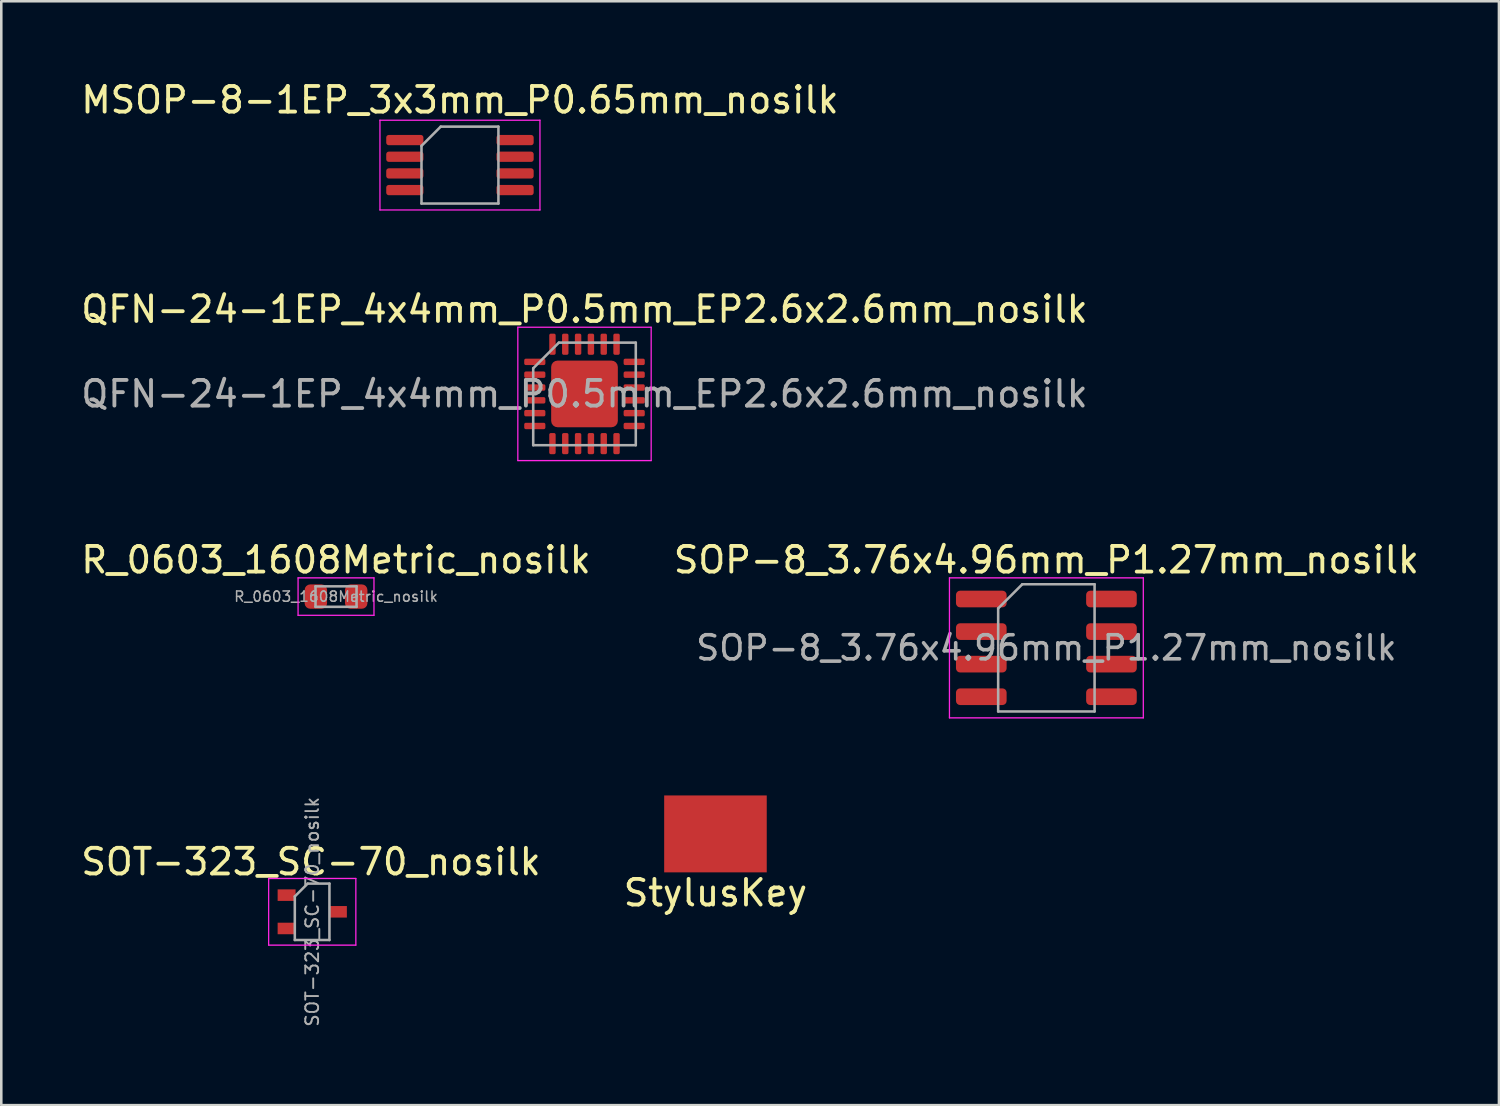
<source format=kicad_pcb>
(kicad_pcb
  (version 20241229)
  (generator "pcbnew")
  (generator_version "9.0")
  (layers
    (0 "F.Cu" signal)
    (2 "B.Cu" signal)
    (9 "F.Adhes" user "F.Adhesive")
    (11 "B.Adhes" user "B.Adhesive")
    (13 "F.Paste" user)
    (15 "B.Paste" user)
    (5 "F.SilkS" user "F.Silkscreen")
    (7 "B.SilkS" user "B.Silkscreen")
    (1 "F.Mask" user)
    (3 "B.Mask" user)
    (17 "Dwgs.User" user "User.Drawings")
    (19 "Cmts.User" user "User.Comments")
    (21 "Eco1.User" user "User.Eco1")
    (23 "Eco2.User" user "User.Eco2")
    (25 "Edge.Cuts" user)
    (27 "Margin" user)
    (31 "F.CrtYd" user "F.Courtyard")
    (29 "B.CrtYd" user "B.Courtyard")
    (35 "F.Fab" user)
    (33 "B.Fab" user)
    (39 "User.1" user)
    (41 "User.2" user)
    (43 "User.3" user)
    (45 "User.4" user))
  (footprint "QFN-24-1EP_4x4mm_P0.5mm_EP2.6x2.6mm_nosilk"
    (layer "F.Cu")
    (at 19.744 12.312)
    (property "Reference" "QFN-24-1EP_4x4mm_P0.5mm_EP2.6x2.6mm_nosilk" (at 0 -3.3 0) (layer "F.SilkS") (effects (font (size 1 1) (thickness 0.15))))
    (attr smd)
    (fp_line (start -2.6 -2.6) (end -2.6 2.6) (stroke (width 0.05) (type solid)) (layer "F.CrtYd"))
    (fp_line (start -2.6 2.6) (end 2.6 2.6) (stroke (width 0.05) (type solid)) (layer "F.CrtYd"))
    (fp_line (start 2.6 -2.6) (end -2.6 -2.6) (stroke (width 0.05) (type solid)) (layer "F.CrtYd"))
    (fp_line (start 2.6 2.6) (end 2.6 -2.6) (stroke (width 0.05) (type solid)) (layer "F.CrtYd"))
    (fp_line (start -2 -1) (end -1 -2) (stroke (width 0.1) (type solid)) (layer "F.Fab"))
    (fp_line (start -2 2) (end -2 -1) (stroke (width 0.1) (type solid)) (layer "F.Fab"))
    (fp_line (start -1 -2) (end 2 -2) (stroke (width 0.1) (type solid)) (layer "F.Fab"))
    (fp_line (start 2 -2) (end 2 2) (stroke (width 0.1) (type solid)) (layer "F.Fab"))
    (fp_line (start 2 2) (end -2 2) (stroke (width 0.1) (type solid)) (layer "F.Fab"))
    (fp_text user "${REFERENCE}" (at 0 0 0) (layer "F.Fab") (effects (font (size 1 1) (thickness 0.15))))
    (pad "" smd roundrect (at -0.65 -0.65) (size 1.05 1.05) (layers "F.Paste") (roundrect_rratio 0.238))
    (pad "" smd roundrect (at -0.65 0.65) (size 1.05 1.05) (layers "F.Paste") (roundrect_rratio 0.238))
    (pad "" smd roundrect (at 0.65 -0.65) (size 1.05 1.05) (layers "F.Paste") (roundrect_rratio 0.238))
    (pad "" smd roundrect (at 0.65 0.65) (size 1.05 1.05) (layers "F.Paste") (roundrect_rratio 0.238))
    (pad "1" smd roundrect (at -1.938 -1.25) (size 0.825 0.25) (layers "F.Cu" "F.Mask" "F.Paste") (roundrect_rratio 0.25))
    (pad "2" smd roundrect (at -1.938 -0.75) (size 0.825 0.25) (layers "F.Cu" "F.Mask" "F.Paste") (roundrect_rratio 0.25))
    (pad "3" smd roundrect (at -1.938 -0.25) (size 0.825 0.25) (layers "F.Cu" "F.Mask" "F.Paste") (roundrect_rratio 0.25))
    (pad "4" smd roundrect (at -1.938 0.25) (size 0.825 0.25) (layers "F.Cu" "F.Mask" "F.Paste") (roundrect_rratio 0.25))
    (pad "5" smd roundrect (at -1.938 0.75) (size 0.825 0.25) (layers "F.Cu" "F.Mask" "F.Paste") (roundrect_rratio 0.25))
    (pad "6" smd roundrect (at -1.938 1.25) (size 0.825 0.25) (layers "F.Cu" "F.Mask" "F.Paste") (roundrect_rratio 0.25))
    (pad "7" smd roundrect (at -1.25 1.938) (size 0.25 0.825) (layers "F.Cu" "F.Mask" "F.Paste") (roundrect_rratio 0.25))
    (pad "8" smd roundrect (at -0.75 1.938) (size 0.25 0.825) (layers "F.Cu" "F.Mask" "F.Paste") (roundrect_rratio 0.25))
    (pad "9" smd roundrect (at -0.25 1.938) (size 0.25 0.825) (layers "F.Cu" "F.Mask" "F.Paste") (roundrect_rratio 0.25))
    (pad "10" smd roundrect (at 0.25 1.938) (size 0.25 0.825) (layers "F.Cu" "F.Mask" "F.Paste") (roundrect_rratio 0.25))
    (pad "11" smd roundrect (at 0.75 1.938) (size 0.25 0.825) (layers "F.Cu" "F.Mask" "F.Paste") (roundrect_rratio 0.25))
    (pad "12" smd roundrect (at 1.25 1.938) (size 0.25 0.825) (layers "F.Cu" "F.Mask" "F.Paste") (roundrect_rratio 0.25))
    (pad "13" smd roundrect (at 1.938 1.25) (size 0.825 0.25) (layers "F.Cu" "F.Mask" "F.Paste") (roundrect_rratio 0.25))
    (pad "14" smd roundrect (at 1.938 0.75) (size 0.825 0.25) (layers "F.Cu" "F.Mask" "F.Paste") (roundrect_rratio 0.25))
    (pad "15" smd roundrect (at 1.938 0.25) (size 0.825 0.25) (layers "F.Cu" "F.Mask" "F.Paste") (roundrect_rratio 0.25))
    (pad "16" smd roundrect (at 1.938 -0.25) (size 0.825 0.25) (layers "F.Cu" "F.Mask" "F.Paste") (roundrect_rratio 0.25))
    (pad "17" smd roundrect (at 1.938 -0.75) (size 0.825 0.25) (layers "F.Cu" "F.Mask" "F.Paste") (roundrect_rratio 0.25))
    (pad "18" smd roundrect (at 1.938 -1.25) (size 0.825 0.25) (layers "F.Cu" "F.Mask" "F.Paste") (roundrect_rratio 0.25))
    (pad "19" smd roundrect (at 1.25 -1.938) (size 0.25 0.825) (layers "F.Cu" "F.Mask" "F.Paste") (roundrect_rratio 0.25))
    (pad "20" smd roundrect (at 0.75 -1.938) (size 0.25 0.825) (layers "F.Cu" "F.Mask" "F.Paste") (roundrect_rratio 0.25))
    (pad "21" smd roundrect (at 0.25 -1.938) (size 0.25 0.825) (layers "F.Cu" "F.Mask" "F.Paste") (roundrect_rratio 0.25))
    (pad "22" smd roundrect (at -0.25 -1.938) (size 0.25 0.825) (layers "F.Cu" "F.Mask" "F.Paste") (roundrect_rratio 0.25))
    (pad "23" smd roundrect (at -0.75 -1.938) (size 0.25 0.825) (layers "F.Cu" "F.Mask" "F.Paste") (roundrect_rratio 0.25))
    (pad "24" smd roundrect (at -1.25 -1.938) (size 0.25 0.825) (layers "F.Cu" "F.Mask" "F.Paste") (roundrect_rratio 0.25))
    (pad "25" smd roundrect (at 0 0) (size 2.6 2.6) (layers "F.Cu" "F.Mask") (roundrect_rratio 0.096)))
  (footprint "SOT-323_SC-70_nosilk"
    (layer "F.Cu")
    (at 9.127 32.508)
    (property "Reference" "SOT-323_SC-70_nosilk" (at -0.05 -1.95 0) (layer "F.SilkS") (effects (font (size 1 1) (thickness 0.15))))
    (attr smd)
    (fp_line (start -1.7 -1.3) (end 1.7 -1.3) (stroke (width 0.05) (type solid)) (layer "F.CrtYd"))
    (fp_line (start -1.7 1.3) (end -1.7 -1.3) (stroke (width 0.05) (type solid)) (layer "F.CrtYd"))
    (fp_line (start 1.7 -1.3) (end 1.7 1.3) (stroke (width 0.05) (type solid)) (layer "F.CrtYd"))
    (fp_line (start 1.7 1.3) (end -1.7 1.3) (stroke (width 0.05) (type solid)) (layer "F.CrtYd"))
    (fp_line (start -0.68 -0.6) (end -0.68 1.1) (stroke (width 0.1) (type solid)) (layer "F.Fab"))
    (fp_line (start -0.18 -1.1) (end -0.68 -0.6) (stroke (width 0.1) (type solid)) (layer "F.Fab"))
    (fp_line (start 0.67 -1.1) (end -0.18 -1.1) (stroke (width 0.1) (type solid)) (layer "F.Fab"))
    (fp_line (start 0.67 -1.1) (end 0.67 1.1) (stroke (width 0.1) (type solid)) (layer "F.Fab"))
    (fp_line (start 0.67 1.1) (end -0.68 1.1) (stroke (width 0.1) (type solid)) (layer "F.Fab"))
    (fp_text user "${REFERENCE}" (at 0 0 90) (layer "F.Fab") (effects (font (size 0.5 0.5) (thickness 0.075))))
    (pad "1" smd rect (at -1 -0.65 270) (size 0.45 0.7) (layers "F.Cu" "F.Mask" "F.Paste"))
    (pad "2" smd rect (at -1 0.65 270) (size 0.45 0.7) (layers "F.Cu" "F.Mask" "F.Paste"))
    (pad "3" smd rect (at 1 0 270) (size 0.45 0.7) (layers "F.Cu" "F.Mask" "F.Paste")))
  (footprint "SOP-8_3.76x4.96mm_P1.27mm_nosilk"
    (layer "F.Cu")
    (at 37.756 22.215)
    (property "Reference" "SOP-8_3.76x4.96mm_P1.27mm_nosilk" (at 0 -3.43 0) (layer "F.SilkS") (effects (font (size 1 1) (thickness 0.15))))
    (attr smd)
    (fp_line (start -3.78 -2.73) (end -3.78 2.73) (stroke (width 0.05) (type solid)) (layer "F.CrtYd"))
    (fp_line (start -3.78 2.73) (end 3.78 2.73) (stroke (width 0.05) (type solid)) (layer "F.CrtYd"))
    (fp_line (start 3.78 -2.73) (end -3.78 -2.73) (stroke (width 0.05) (type solid)) (layer "F.CrtYd"))
    (fp_line (start 3.78 2.73) (end 3.78 -2.73) (stroke (width 0.05) (type solid)) (layer "F.CrtYd"))
    (fp_line (start -1.88 -1.54) (end -0.94 -2.48) (stroke (width 0.1) (type solid)) (layer "F.Fab"))
    (fp_line (start -1.88 2.48) (end -1.88 -1.54) (stroke (width 0.1) (type solid)) (layer "F.Fab"))
    (fp_line (start -0.94 -2.48) (end 1.88 -2.48) (stroke (width 0.1) (type solid)) (layer "F.Fab"))
    (fp_line (start 1.88 -2.48) (end 1.88 2.48) (stroke (width 0.1) (type solid)) (layer "F.Fab"))
    (fp_line (start 1.88 2.48) (end -1.88 2.48) (stroke (width 0.1) (type solid)) (layer "F.Fab"))
    (fp_text user "${REFERENCE}" (at 0 0 0) (layer "F.Fab") (effects (font (size 0.94 0.94) (thickness 0.14))))
    (pad "1" smd roundrect (at -2.538 -1.905) (size 1.975 0.65) (layers "F.Cu" "F.Mask" "F.Paste") (roundrect_rratio 0.25))
    (pad "2" smd roundrect (at -2.538 -0.635) (size 1.975 0.65) (layers "F.Cu" "F.Mask" "F.Paste") (roundrect_rratio 0.25))
    (pad "3" smd roundrect (at -2.538 0.635) (size 1.975 0.65) (layers "F.Cu" "F.Mask" "F.Paste") (roundrect_rratio 0.25))
    (pad "4" smd roundrect (at -2.538 1.905) (size 1.975 0.65) (layers "F.Cu" "F.Mask" "F.Paste") (roundrect_rratio 0.25))
    (pad "5" smd roundrect (at 2.538 1.905) (size 1.975 0.65) (layers "F.Cu" "F.Mask" "F.Paste") (roundrect_rratio 0.25))
    (pad "6" smd roundrect (at 2.538 0.635) (size 1.975 0.65) (layers "F.Cu" "F.Mask" "F.Paste") (roundrect_rratio 0.25))
    (pad "7" smd roundrect (at 2.538 -0.635) (size 1.975 0.65) (layers "F.Cu" "F.Mask" "F.Paste") (roundrect_rratio 0.25))
    (pad "8" smd roundrect (at 2.538 -1.905) (size 1.975 0.65) (layers "F.Cu" "F.Mask" "F.Paste") (roundrect_rratio 0.25)))
  (footprint "R_0603_1608Metric_nosilk"
    (layer "F.Cu")
    (at 10.054 20.215)
    (property "Reference" "R_0603_1608Metric_nosilk" (at 0 -1.43 0) (layer "F.SilkS") (effects (font (size 1 1) (thickness 0.15))))
    (attr smd)
    (fp_line (start -1.48 -0.73) (end 1.48 -0.73) (stroke (width 0.05) (type solid)) (layer "F.CrtYd"))
    (fp_line (start -1.48 0.73) (end -1.48 -0.73) (stroke (width 0.05) (type solid)) (layer "F.CrtYd"))
    (fp_line (start 1.48 -0.73) (end 1.48 0.73) (stroke (width 0.05) (type solid)) (layer "F.CrtYd"))
    (fp_line (start 1.48 0.73) (end -1.48 0.73) (stroke (width 0.05) (type solid)) (layer "F.CrtYd"))
    (fp_line (start -0.8 -0.4) (end 0.8 -0.4) (stroke (width 0.1) (type solid)) (layer "F.Fab"))
    (fp_line (start -0.8 0.4) (end -0.8 -0.4) (stroke (width 0.1) (type solid)) (layer "F.Fab"))
    (fp_line (start 0.8 -0.4) (end 0.8 0.4) (stroke (width 0.1) (type solid)) (layer "F.Fab"))
    (fp_line (start 0.8 0.4) (end -0.8 0.4) (stroke (width 0.1) (type solid)) (layer "F.Fab"))
    (fp_text user "${REFERENCE}" (at 0 0 0) (layer "F.Fab") (effects (font (size 0.4 0.4) (thickness 0.06))))
    (pad "1" smd roundrect (at -0.787 0) (size 0.875 0.95) (layers "F.Cu" "F.Mask" "F.Paste") (roundrect_rratio 0.25))
    (pad "2" smd roundrect (at 0.787 0) (size 0.875 0.95) (layers "F.Cu" "F.Mask" "F.Paste") (roundrect_rratio 0.25)))
  (footprint "MSOP-8-1EP_3x3mm_P0.65mm_nosilk"
    (layer "F.Cu")
    (at 14.887 3.388)
    (property "Reference" "MSOP-8-1EP_3x3mm_P0.65mm_nosilk" (at 0 -2.54 0) (layer "F.SilkS") (effects (font (size 1 1) (thickness 0.15))))
    (attr through_hole)
    (fp_line (start -3.12 -1.75) (end -3.12 1.75) (stroke (width 0.05) (type solid)) (layer "F.CrtYd"))
    (fp_line (start -3.12 1.75) (end 3.12 1.75) (stroke (width 0.05) (type solid)) (layer "F.CrtYd"))
    (fp_line (start 3.12 -1.75) (end -3.12 -1.75) (stroke (width 0.05) (type solid)) (layer "F.CrtYd"))
    (fp_line (start 3.12 1.75) (end 3.12 -1.75) (stroke (width 0.05) (type solid)) (layer "F.CrtYd"))
    (fp_line (start -1.5 -0.75) (end -0.75 -1.5) (stroke (width 0.1) (type solid)) (layer "F.Fab"))
    (fp_line (start -1.5 1.5) (end -1.5 -0.75) (stroke (width 0.1) (type solid)) (layer "F.Fab"))
    (fp_line (start -0.75 -1.5) (end 1.5 -1.5) (stroke (width 0.1) (type solid)) (layer "F.Fab"))
    (fp_line (start 1.5 -1.5) (end 1.5 1.5) (stroke (width 0.1) (type solid)) (layer "F.Fab"))
    (fp_line (start 1.5 1.5) (end -1.5 1.5) (stroke (width 0.1) (type solid)) (layer "F.Fab"))
    (pad "1" smd roundrect (at -2.15 -0.975) (size 1.45 0.4) (layers "F.Cu" "F.Mask" "F.Paste") (roundrect_rratio 0.25))
    (pad "2" smd roundrect (at -2.15 -0.325) (size 1.45 0.4) (layers "F.Cu" "F.Mask" "F.Paste") (roundrect_rratio 0.25))
    (pad "3" smd roundrect (at -2.15 0.325) (size 1.45 0.4) (layers "F.Cu" "F.Mask" "F.Paste") (roundrect_rratio 0.25))
    (pad "4" smd roundrect (at -2.15 0.975) (size 1.45 0.4) (layers "F.Cu" "F.Mask" "F.Paste") (roundrect_rratio 0.25))
    (pad "5" smd roundrect (at 2.15 0.975) (size 1.45 0.4) (layers "F.Cu" "F.Mask" "F.Paste") (roundrect_rratio 0.25))
    (pad "6" smd roundrect (at 2.15 0.325) (size 1.45 0.4) (layers "F.Cu" "F.Mask" "F.Paste") (roundrect_rratio 0.25))
    (pad "7" smd roundrect (at 2.15 -0.325) (size 1.45 0.4) (layers "F.Cu" "F.Mask" "F.Paste") (roundrect_rratio 0.25))
    (pad "8" smd roundrect (at 2.15 -0.975) (size 1.45 0.4) (layers "F.Cu" "F.Mask" "F.Paste") (roundrect_rratio 0.25)))
  (footprint "StylusKey"
    (layer "F.Cu")
    (at 24.851 29.47)
    (property "Reference" "StylusKey" (at 0 2.3 0) (layer "F.SilkS") (effects (font (size 1 1) (thickness 0.15))))
    (attr through_hole)
    (pad "1" smd rect (at 0 0) (size 4 3) (layers "F.Cu" "F.Mask")))
  (gr_rect
    (start -3 -3)
    (end 55.405 40.047)
    (stroke (width 0.1) (type default))
    (fill no)
    (layer "Edge.Cuts")))
</source>
